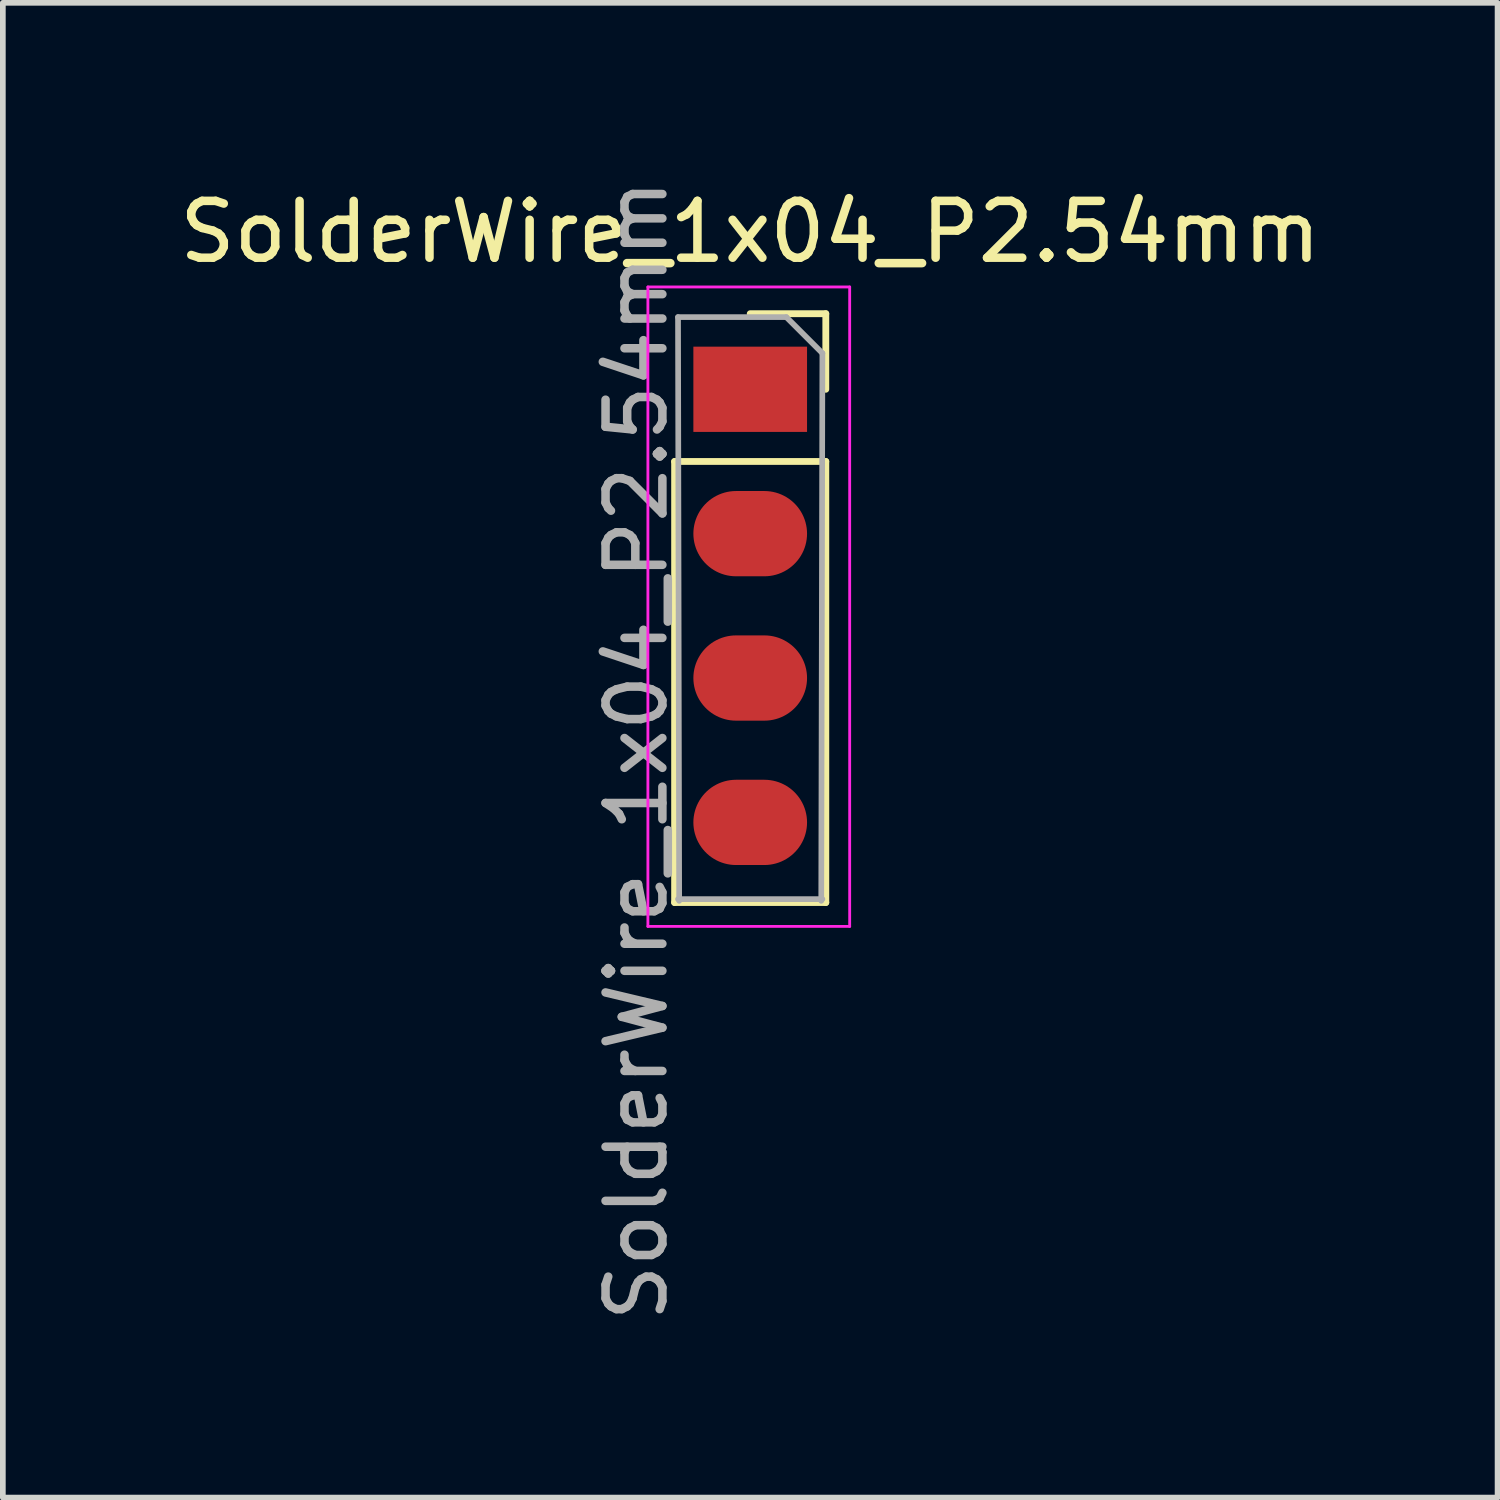
<source format=kicad_pcb>
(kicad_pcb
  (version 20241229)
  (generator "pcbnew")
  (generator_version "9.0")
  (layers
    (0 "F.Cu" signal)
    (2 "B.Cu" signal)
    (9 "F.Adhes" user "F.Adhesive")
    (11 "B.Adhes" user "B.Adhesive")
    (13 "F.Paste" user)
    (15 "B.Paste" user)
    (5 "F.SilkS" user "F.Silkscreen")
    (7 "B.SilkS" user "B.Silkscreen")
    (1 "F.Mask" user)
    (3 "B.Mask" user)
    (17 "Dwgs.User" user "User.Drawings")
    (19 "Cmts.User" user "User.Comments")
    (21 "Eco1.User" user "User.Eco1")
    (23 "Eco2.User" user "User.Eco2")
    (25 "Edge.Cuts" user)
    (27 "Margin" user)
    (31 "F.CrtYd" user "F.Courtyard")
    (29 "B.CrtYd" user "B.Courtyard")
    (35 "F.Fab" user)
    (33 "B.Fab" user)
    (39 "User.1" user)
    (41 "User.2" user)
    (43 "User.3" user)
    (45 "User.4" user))
  (footprint "SolderWire_1x04_P2.54mm"
    (layer "F.Cu")
    (at 10.149 3.799)
    (property "Reference" "SolderWire_1x04_P2.54mm" (at 0 -2.77 0) (layer "F.SilkS") (effects (font (size 1 1) (thickness 0.15))))
    (attr through_hole)
    (fp_line (start -1.33 1.27) (end -1.33 9.03) (stroke (width 0.12) (type solid)) (layer "F.SilkS"))
    (fp_line (start -1.33 1.27) (end 1.33 1.27) (stroke (width 0.12) (type solid)) (layer "F.SilkS"))
    (fp_line (start -1.33 9.03) (end 1.33 9.03) (stroke (width 0.12) (type solid)) (layer "F.SilkS"))
    (fp_line (start 0 -1.33) (end 1.33 -1.33) (stroke (width 0.12) (type solid)) (layer "F.SilkS"))
    (fp_line (start 1.33 -1.33) (end 1.33 0) (stroke (width 0.12) (type solid)) (layer "F.SilkS"))
    (fp_line (start 1.33 1.27) (end 1.33 9.03) (stroke (width 0.12) (type solid)) (layer "F.SilkS"))
    (fp_line (start -1.8 -1.8) (end 1.75 -1.8) (stroke (width 0.05) (type solid)) (layer "F.CrtYd"))
    (fp_line (start -1.8 9.45) (end -1.8 -1.8) (stroke (width 0.05) (type solid)) (layer "F.CrtYd"))
    (fp_line (start 1.75 -1.8) (end 1.75 9.45) (stroke (width 0.05) (type solid)) (layer "F.CrtYd"))
    (fp_line (start 1.75 9.45) (end -1.8 9.45) (stroke (width 0.05) (type solid)) (layer "F.CrtYd"))
    (fp_line (start -1.27 -1.27) (end 0.635 -1.27) (stroke (width 0.1) (type solid)) (layer "F.Fab"))
    (fp_line (start -1.25 9) (end -1.27 -1.27) (stroke (width 0.1) (type solid)) (layer "F.Fab"))
    (fp_line (start 0.635 -1.27) (end 1.27 -0.635) (stroke (width 0.1) (type solid)) (layer "F.Fab"))
    (fp_line (start 1.27 -0.635) (end 1.25 9) (stroke (width 0.1) (type solid)) (layer "F.Fab"))
    (fp_line (start 1.27 8.97) (end -1.27 8.97) (stroke (width 0.1) (type solid)) (layer "F.Fab"))
    (fp_text user "${REFERENCE}" (at -2 6.35 90) (layer "F.Fab") (effects (font (size 1 1) (thickness 0.15))))
    (pad "1" smd rect (at 0 0) (size 2 1.5) (layers "F.Cu" "F.Mask" "F.Paste"))
    (pad "2" smd oval (at 0 2.54) (size 2 1.5) (layers "F.Cu" "F.Mask" "F.Paste"))
    (pad "3" smd oval (at 0 5.08) (size 2 1.5) (layers "F.Cu" "F.Mask" "F.Paste"))
    (pad "4" smd oval (at 0 7.62) (size 2 1.5) (layers "F.Cu" "F.Mask" "F.Paste")))
  (gr_rect
    (start -3 -3)
    (end 23.298 23.298)
    (stroke (width 0.1) (type default))
    (fill no)
    (layer "Edge.Cuts")))
</source>
